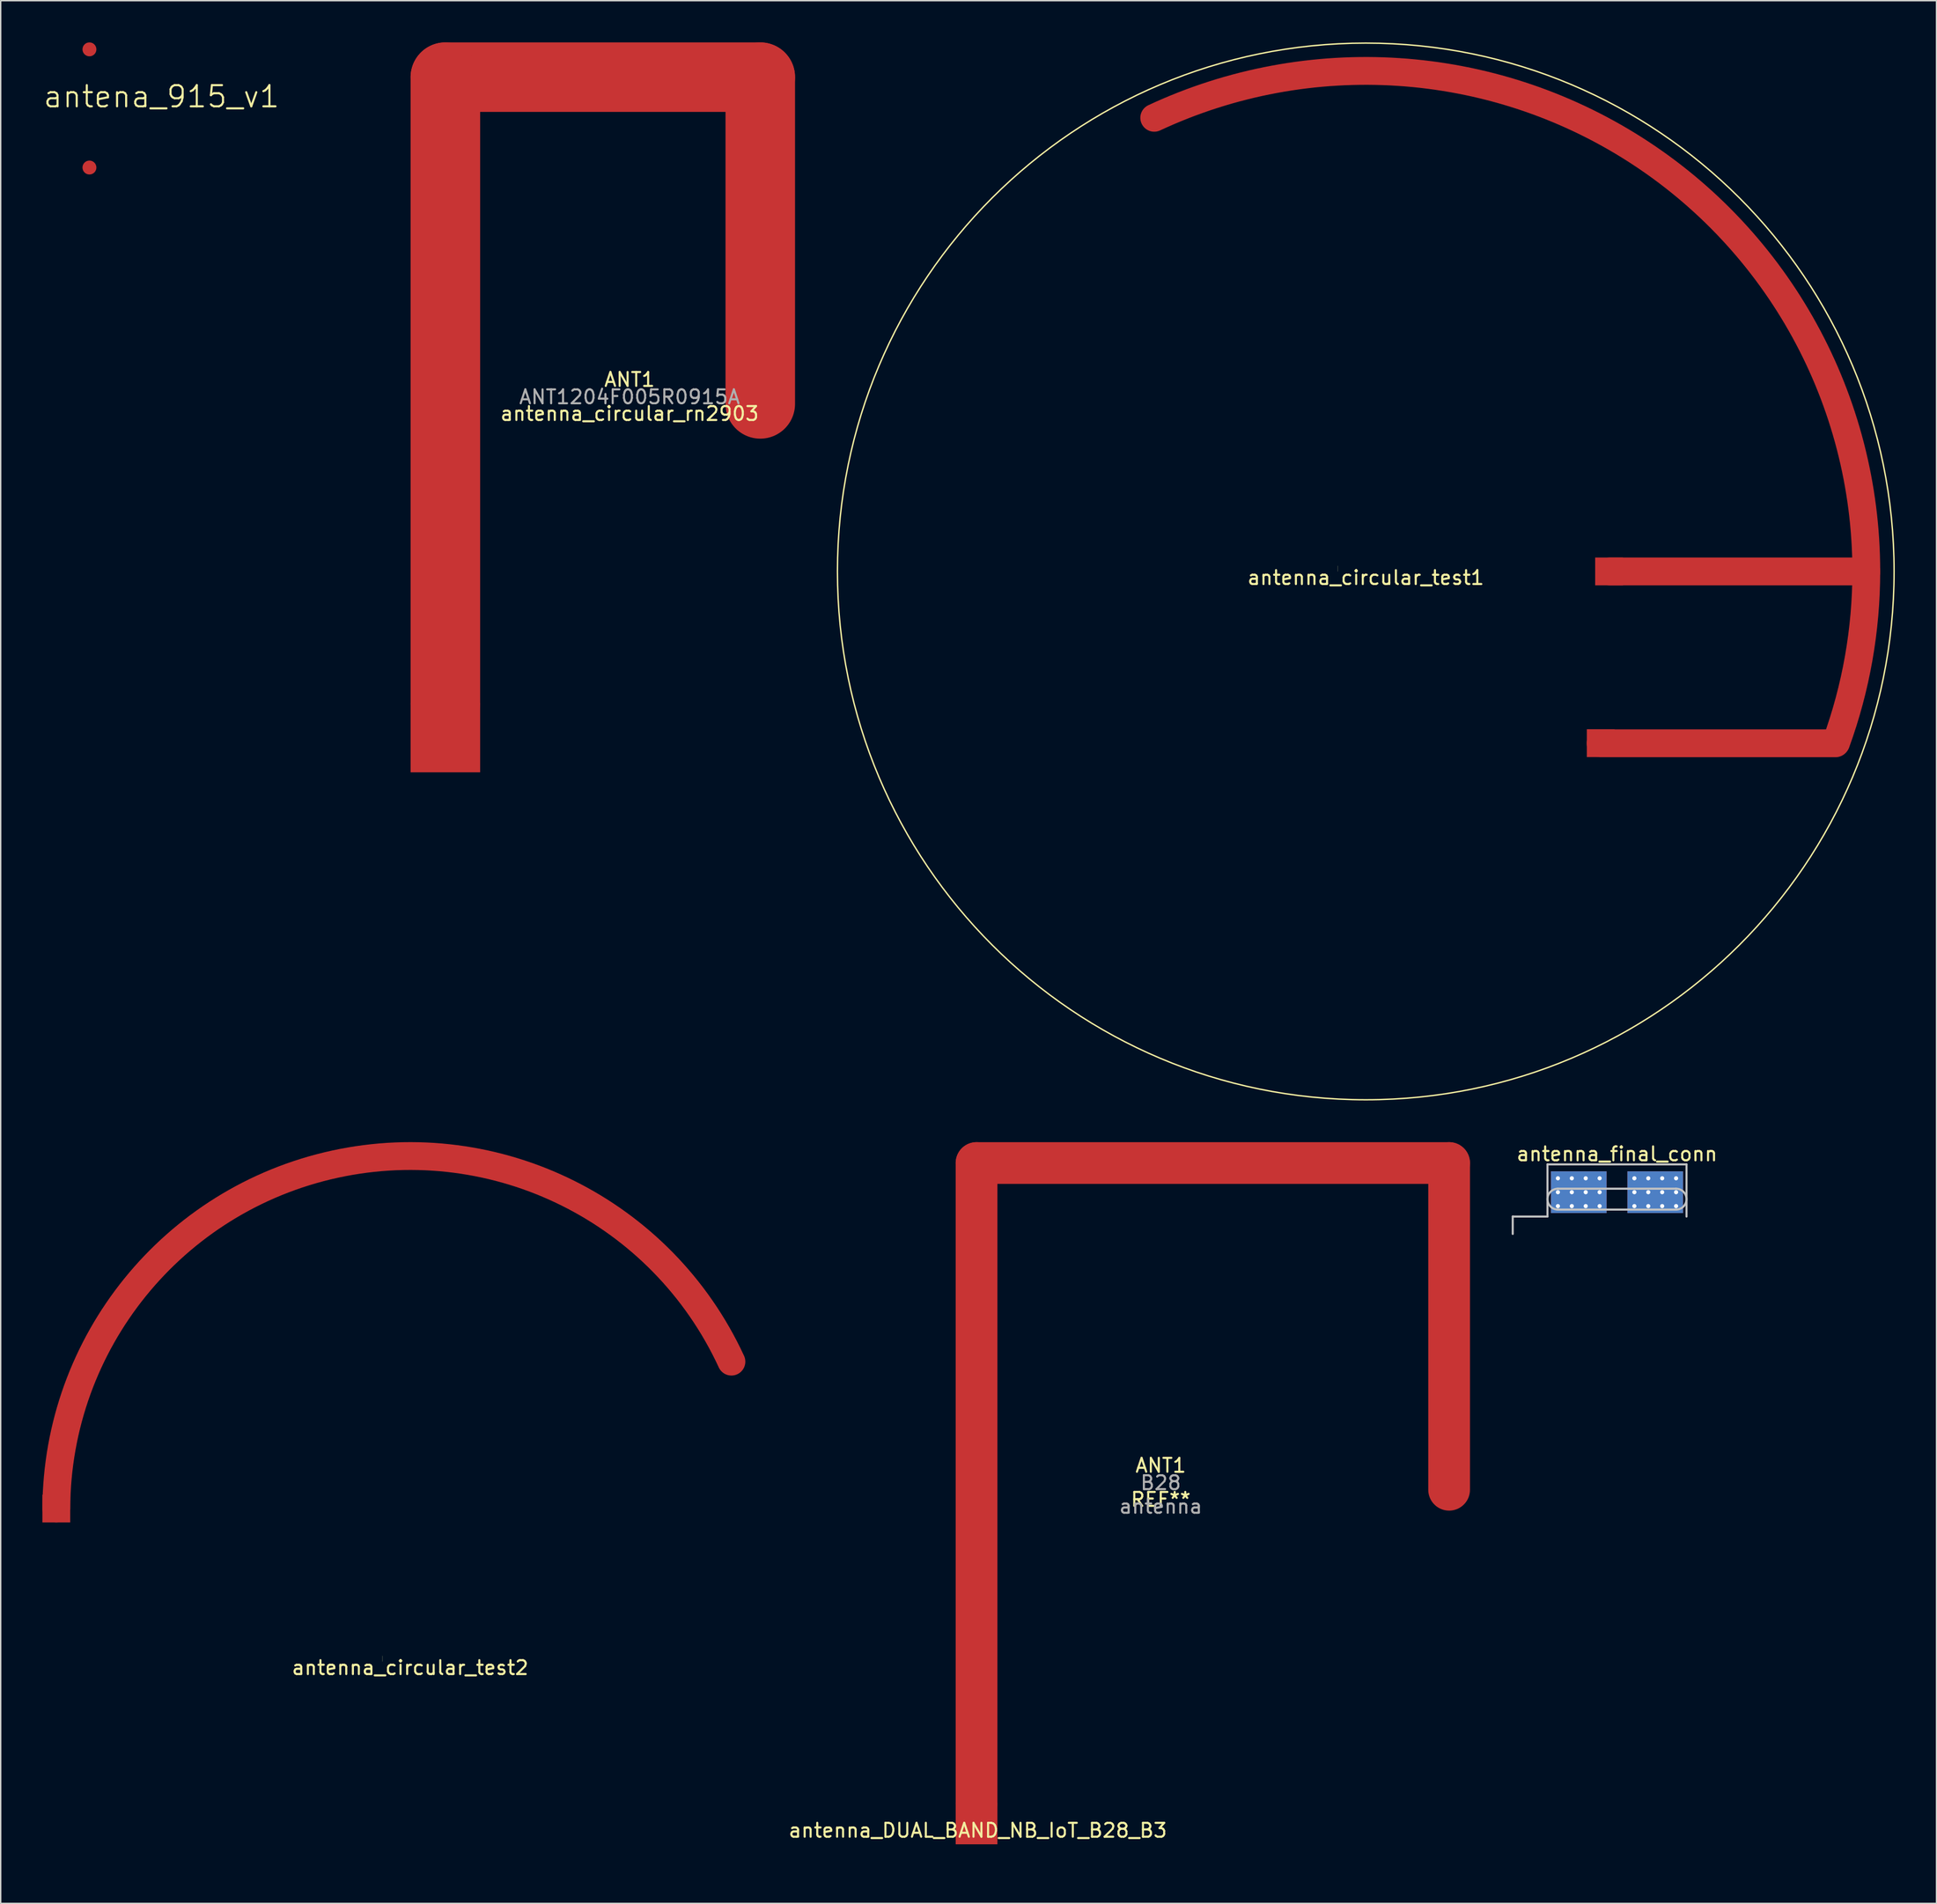
<source format=kicad_pcb>
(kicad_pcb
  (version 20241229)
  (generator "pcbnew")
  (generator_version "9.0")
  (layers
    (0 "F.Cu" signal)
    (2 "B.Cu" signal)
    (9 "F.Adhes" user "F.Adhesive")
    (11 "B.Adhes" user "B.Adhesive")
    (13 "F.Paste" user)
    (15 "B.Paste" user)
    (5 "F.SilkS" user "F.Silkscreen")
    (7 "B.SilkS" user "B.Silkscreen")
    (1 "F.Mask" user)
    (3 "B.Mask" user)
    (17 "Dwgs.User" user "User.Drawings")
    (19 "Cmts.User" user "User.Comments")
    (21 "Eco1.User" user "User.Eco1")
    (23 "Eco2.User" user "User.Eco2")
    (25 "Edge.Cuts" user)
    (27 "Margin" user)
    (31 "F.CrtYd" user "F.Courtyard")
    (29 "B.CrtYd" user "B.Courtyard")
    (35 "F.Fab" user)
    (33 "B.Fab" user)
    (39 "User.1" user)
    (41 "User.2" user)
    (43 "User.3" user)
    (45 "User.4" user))
  (footprint "antenna_circular_test2"
    (layer "F.Cu")
    (at 26.45 116.45)
    (property "Reference" "antenna_circular_test2" (at 0 0.45 0) (layer "F.SilkS") (effects (font (size 1 1) (thickness 0.15))))
    (attr through_hole)
    (fp_arc (start -25.45 -11) (mid -5.410759 -35.768377) (end 23.107795 -21.565004) (stroke (width 2) (type solid)) (layer "F.Cu"))
    (fp_arc (start -25.45 -11) (mid -5.410759 -35.768377) (end 23.107795 -21.565004) (stroke (width 2) (type solid)) (layer "F.Mask"))
    (fp_line (start -2 0) (end -2 -0.4) (stroke (width 0.01) (type solid)) (layer "F.SilkS"))
    (pad "1" smd rect (at -25.45 -11) (size 2 2) (layers "F.Cu" "F.Mask" "F.Paste")))
  (footprint "antenna_circular_rn2903"
    (layer "F.Cu")
    (at 42.233 26.25)
    (property "Reference" "antenna_circular_rn2903" (at 0 0.45 0) (layer "F.SilkS") (effects (font (size 1 1) (thickness 0.15))))
    (attr through_hole)
    (fp_line (start -13.25 -23.75) (end 9.4 -23.75) (stroke (width 5) (type solid)) (layer "F.Cu"))
    (fp_line (start -13.25 21.25) (end -13.25 -23.75) (stroke (width 5) (type solid)) (layer "F.Cu"))
    (fp_line (start 9.4 -23.75) (end 9.4 -0.25) (stroke (width 5) (type solid)) (layer "F.Cu"))
    (fp_line (start -13.25 -23.75) (end 9.4 -23.75) (stroke (width 5) (type solid)) (layer "F.Mask"))
    (fp_line (start -13.25 22.25) (end -13.25 -23.75) (stroke (width 5) (type solid)) (layer "F.Mask"))
    (fp_line (start 9.4 -23.75) (end 9.4 -0.25) (stroke (width 5) (type solid)) (layer "F.Mask"))
    (fp_poly (pts (xy -14 23) (xy -12.5 23) (xy -12.5 21.75) (xy -14 21.75)) (stroke (width 0) (type solid)) (fill yes) (layer "F.Mask"))
    (fp_text user "ANT1" (at 0 -2 0) (layer "F.SilkS") (effects (font (size 1 1) (thickness 0.15))))
    (fp_text user "ANT1204F005R0915A" (at 0 -0.75 0) (layer "F.Fab") (effects (font (size 1 1) (thickness 0.15))))
    (pad "1" smd rect (at -13.25 23.75) (size 5 5) (layers "F.Cu" "F.Mask")))
  (footprint "antenna_circular_test1"
    (layer "F.Cu")
    (at 95.183 38.05)
    (property "Reference" "antenna_circular_test1" (at 0 0.45 0) (layer "F.SilkS") (effects (font (size 1 1) (thickness 0.15))))
    (attr through_hole)
    (fp_line (start 17.55 0) (end 36 0) (stroke (width 2) (type solid)) (layer "F.Cu"))
    (fp_line (start 33.791 12.361) (end 16.891 12.361) (stroke (width 2) (type solid)) (layer "F.Cu"))
    (fp_arc (start -15.214257 -32.62708) (mid 19.342786 -30.362092) (end 36 0) (stroke (width 2) (type solid)) (layer "F.Cu"))
    (fp_arc (start 36 0) (mid 35.453079 6.251334) (end 33.828934 12.312725) (stroke (width 2) (type solid)) (layer "F.Cu"))
    (fp_line (start 33.8 12.35) (end 16.9 12.35) (stroke (width 2) (type solid)) (layer "F.Mask"))
    (fp_line (start 36 0) (end 17.5 0) (stroke (width 2) (type solid)) (layer "F.Mask"))
    (fp_arc (start -15.214257 -32.62708) (mid 19.342786 -30.362092) (end 36 0) (stroke (width 2) (type solid)) (layer "F.Mask"))
    (fp_arc (start 36 0) (mid 35.453079 6.251334) (end 33.828934 12.312725) (stroke (width 2) (type solid)) (layer "F.Mask"))
    (fp_line (start -2 0) (end -2 -0.4) (stroke (width 0.01) (type solid)) (layer "F.SilkS"))
    (fp_circle (center 0 0) (end 38 0) (stroke (width 0.1) (type solid)) (fill no) (layer "F.SilkS"))
    (pad "1" smd rect (at 17.5 0) (size 2 2) (layers "F.Cu" "F.Mask" "F.Paste"))
    (pad "2" smd rect (at 16.9 12.35) (size 2 2) (layers "F.Cu" "F.Mask" "F.Paste")))
  (footprint "antenna_final_conn"
    (layer "F.Cu")
    (at 113.253 83.198)
    (property "Reference" "antenna_final_conn" (at 0 -3.25 0) (layer "F.SilkS") (effects (font (size 1 1) (thickness 0.15))))
    (attr through_hole)
    (fp_line (start -7.5 1.25) (end -7.5 2.5) (stroke (width 0.15) (type solid)) (layer "Dwgs.User"))
    (fp_line (start -5 -2.5) (end 5 -2.5) (stroke (width 0.15) (type solid)) (layer "Dwgs.User"))
    (fp_line (start -5 1.25) (end -7.5 1.25) (stroke (width 0.15) (type solid)) (layer "Dwgs.User"))
    (fp_line (start -5 1.25) (end -5 -2.5) (stroke (width 0.15) (type solid)) (layer "Dwgs.User"))
    (fp_line (start -4.25 -0.75) (end 4.25 -0.75) (stroke (width 0.15) (type solid)) (layer "Dwgs.User"))
    (fp_line (start 4.25 0.75) (end -4.25 0.75) (stroke (width 0.15) (type solid)) (layer "Dwgs.User"))
    (fp_line (start 5 -2.5) (end 5 1.25) (stroke (width 0.15) (type solid)) (layer "Dwgs.User"))
    (fp_arc (start -4.25 0.75) (mid -5 0) (end -4.25 -0.75) (stroke (width 0.15) (type solid)) (layer "Dwgs.User"))
    (fp_arc (start 4.25 -0.75) (mid 5 0) (end 4.25 0.75) (stroke (width 0.15) (type solid)) (layer "Dwgs.User"))
    (pad "1" thru_hole circle (at 1.25 -1.5 180) (size 0.8 0.8) (drill 0.3) (layers "*.Cu"))
    (pad "1" thru_hole circle (at 1.25 -0.5 180) (size 0.8 0.8) (drill 0.3) (layers "*.Cu"))
    (pad "1" thru_hole circle (at 1.25 0.5 180) (size 0.8 0.8) (drill 0.3) (layers "*.Cu"))
    (pad "1" thru_hole circle (at 2.25 -1.5 180) (size 0.8 0.8) (drill 0.3) (layers "*.Cu"))
    (pad "1" thru_hole circle (at 2.25 -0.5 180) (size 0.8 0.8) (drill 0.3) (layers "*.Cu"))
    (pad "1" thru_hole circle (at 2.25 0.5 180) (size 0.8 0.8) (drill 0.3) (layers "*.Cu"))
    (pad "1" smd rect (at 2.75 -0.5 270) (size 3 4) (layers "F.Cu" "F.Mask" "F.Paste"))
    (pad "1" smd rect (at 2.75 -0.5 270) (size 3 4) (layers "B.Cu" "B.Mask" "B.Paste"))
    (pad "1" thru_hole circle (at 3.25 -1.5 180) (size 0.8 0.8) (drill 0.3) (layers "*.Cu"))
    (pad "1" thru_hole circle (at 3.25 -0.5 180) (size 0.8 0.8) (drill 0.3) (layers "*.Cu"))
    (pad "1" thru_hole circle (at 3.25 0.5 180) (size 0.8 0.8) (drill 0.3) (layers "*.Cu"))
    (pad "1" thru_hole circle (at 4.25 -1.5 180) (size 0.8 0.8) (drill 0.3) (layers "*.Cu"))
    (pad "1" thru_hole circle (at 4.25 -0.5 180) (size 0.8 0.8) (drill 0.3) (layers "*.Cu"))
    (pad "1" thru_hole circle (at 4.25 0.5 180) (size 0.8 0.8) (drill 0.3) (layers "*.Cu"))
    (pad "2" thru_hole circle (at -4.25 -1.5 180) (size 0.8 0.8) (drill 0.3) (layers "*.Cu"))
    (pad "2" thru_hole circle (at -4.25 -0.5 180) (size 0.8 0.8) (drill 0.3) (layers "*.Cu"))
    (pad "2" thru_hole circle (at -4.25 0.5 180) (size 0.8 0.8) (drill 0.3) (layers "*.Cu"))
    (pad "2" thru_hole circle (at -3.25 -1.5 180) (size 0.8 0.8) (drill 0.3) (layers "*.Cu"))
    (pad "2" thru_hole circle (at -3.25 -0.5 180) (size 0.8 0.8) (drill 0.3) (layers "*.Cu"))
    (pad "2" thru_hole circle (at -3.25 0.5 180) (size 0.8 0.8) (drill 0.3) (layers "*.Cu"))
    (pad "2" smd rect (at -2.75 -0.5 270) (size 3 4) (layers "F.Cu" "F.Mask" "F.Paste"))
    (pad "2" smd rect (at -2.75 -0.5 270) (size 3 4) (layers "B.Cu" "B.Mask" "B.Paste"))
    (pad "2" thru_hole circle (at -2.25 -1.5 180) (size 0.8 0.8) (drill 0.3) (layers "*.Cu"))
    (pad "2" thru_hole circle (at -2.25 -0.5 180) (size 0.8 0.8) (drill 0.3) (layers "*.Cu"))
    (pad "2" thru_hole circle (at -2.25 0.5 180) (size 0.8 0.8) (drill 0.3) (layers "*.Cu"))
    (pad "2" thru_hole circle (at -1.25 -1.5 180) (size 0.8 0.8) (drill 0.3) (layers "*.Cu"))
    (pad "2" thru_hole circle (at -1.25 -0.5 180) (size 0.8 0.8) (drill 0.3) (layers "*.Cu"))
    (pad "2" thru_hole circle (at -1.25 0.5 180) (size 0.8 0.8) (drill 0.3) (layers "*.Cu")))
  (footprint "antena_915_v1"
    (layer "F.Cu")
    (at 3.383 0.5)
    (property "Reference" "antena_915_v1" (at 5.18 3.4 0) (layer "F.SilkS") (effects (font (size 1.524 1.524) (thickness 0.15))))
    (attr through_hole)
    (pad "1" smd circle (at 0 8.5) (size 1 1) (layers "F.Cu"))
    (pad "2" smd circle (at 0 0) (size 1 1) (layers "F.Cu")))
  (footprint "antenna_DUAL_BAND_NB_IoT_B28_B3"
    (layer "F.Cu")
    (at 67.278 130.6)
    (property "Reference" "antenna_DUAL_BAND_NB_IoT_B28_B3" (at 0 -2 0) (layer "F.SilkS") (effects (font (size 1 1) (thickness 0.15))))
    (attr through_hole)
    (fp_line (start -0.09 -50) (end 33.9 -50) (stroke (width 3) (type solid)) (layer "F.Cu"))
    (fp_line (start -0.09 -3.975) (end -0.09 -50) (stroke (width 3) (type solid)) (layer "F.Cu"))
    (fp_line (start 33.9 -50) (end 33.9 -26.5) (stroke (width 3) (type solid)) (layer "F.Cu"))
    (fp_line (start -0.09 -50) (end 22.56 -50) (stroke (width 3) (type solid)) (layer "F.Mask"))
    (fp_line (start -0.09 -4) (end -0.09 -50) (stroke (width 3) (type solid)) (layer "F.Mask"))
    (fp_line (start 33.9 -50) (end 33.9 -26.5) (stroke (width 3) (type solid)) (layer "F.Mask"))
    (fp_poly (pts (xy -0.84 -3.25) (xy 0.66 -3.25) (xy 0.66 -4.5) (xy -0.84 -4.5)) (stroke (width 0) (type solid)) (fill yes) (layer "F.Mask"))
    (fp_text user "ANT1" (at 13.16 -28.25 0) (layer "F.SilkS") (effects (font (size 1 1) (thickness 0.15))))
    (fp_text user "REF**" (at 13.16 -25.8 0) (layer "F.SilkS") (effects (font (size 1 1) (thickness 0.15))))
    (fp_text user "B28" (at 13.16 -27 0) (layer "F.Fab") (effects (font (size 1 1) (thickness 0.15))))
    (fp_text user "antenna" (at 13.16 -25.3 0) (layer "F.Fab") (effects (font (size 1 1) (thickness 0.15))))
    (pad "1" smd rect (at -0.09 -2.5) (size 3 3) (layers "F.Cu" "F.Mask")))
  (gr_rect
    (start -3 -3)
    (end 136.233 133.85)
    (stroke (width 0.1) (type default))
    (fill no)
    (layer "Edge.Cuts")))
</source>
